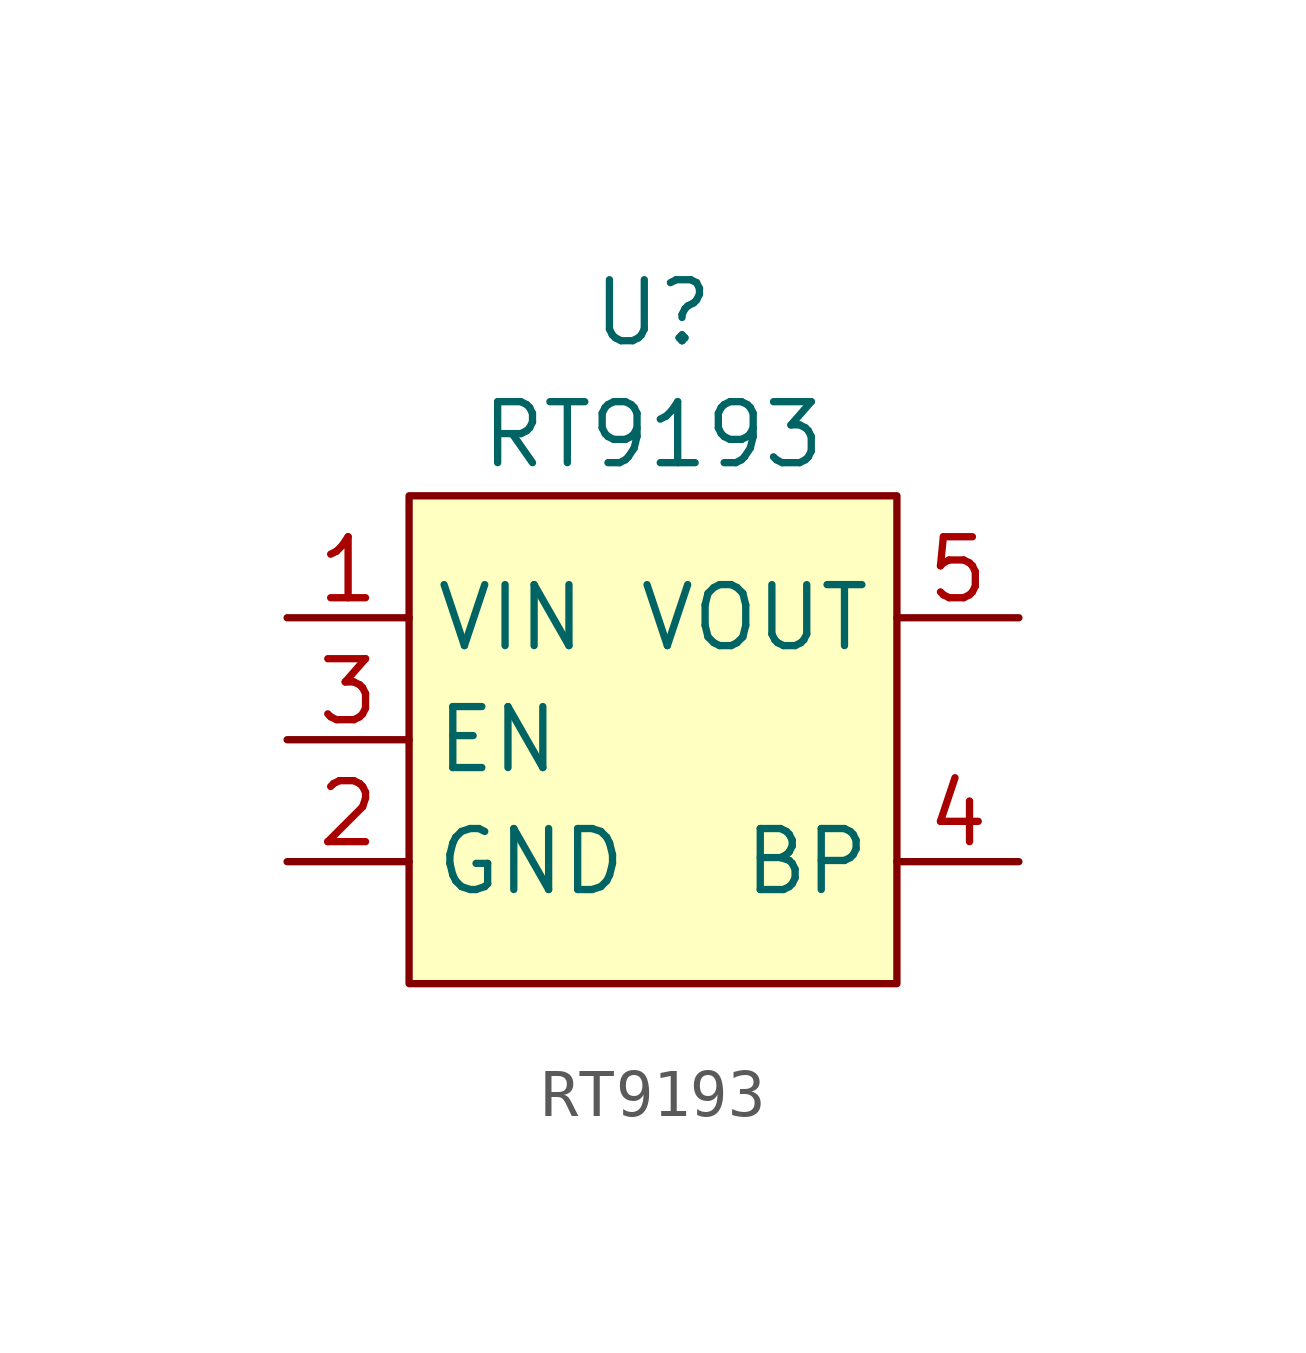
<source format=kicad_sym>
(kicad_symbol_lib
  (version 20211014)
  (generator kicad_symbol_editor)
  (symbol "RT9193"
    (property "Reference" "U"
      (at 0 6.35 0)
      (effects (font (size 1.27 1.27))))
    (property "Value" "RT9193"
      (at 0 3.81 0)
      (effects (font (size 1.27 1.27))))
    (symbol "RT9193_0_1"
      (rectangle (start -5.08 2.54) (end 5.08 -7.62) (stroke (width 0) (type default) (color 0 0 0 0)) (fill (type background))))
    (symbol "RT9193_1_1"
      (pin power_in line (at -7.62 0 0) (length 2.54) (name "VIN" (effects (font (size 1.27 1.27)))) (number "1" (effects (font (size 1.27 1.27)))))
      (pin power_in line (at -7.62 -5.08 0) (length 2.54) (name "GND" (effects (font (size 1.27 1.27)))) (number "2" (effects (font (size 1.27 1.27)))))
      (pin bidirectional line (at -7.62 -2.54 0) (length 2.54) (name "EN" (effects (font (size 1.27 1.27)))) (number "3" (effects (font (size 1.27 1.27)))))
      (pin bidirectional line (at 7.62 -5.08 180) (length 2.54) (name "BP" (effects (font (size 1.27 1.27)))) (number "4" (effects (font (size 1.27 1.27)))))
      (pin power_out line (at 7.62 0 180) (length 2.54) (name "VOUT" (effects (font (size 1.27 1.27)))) (number "5" (effects (font (size 1.27 1.27))))))))
</source>
